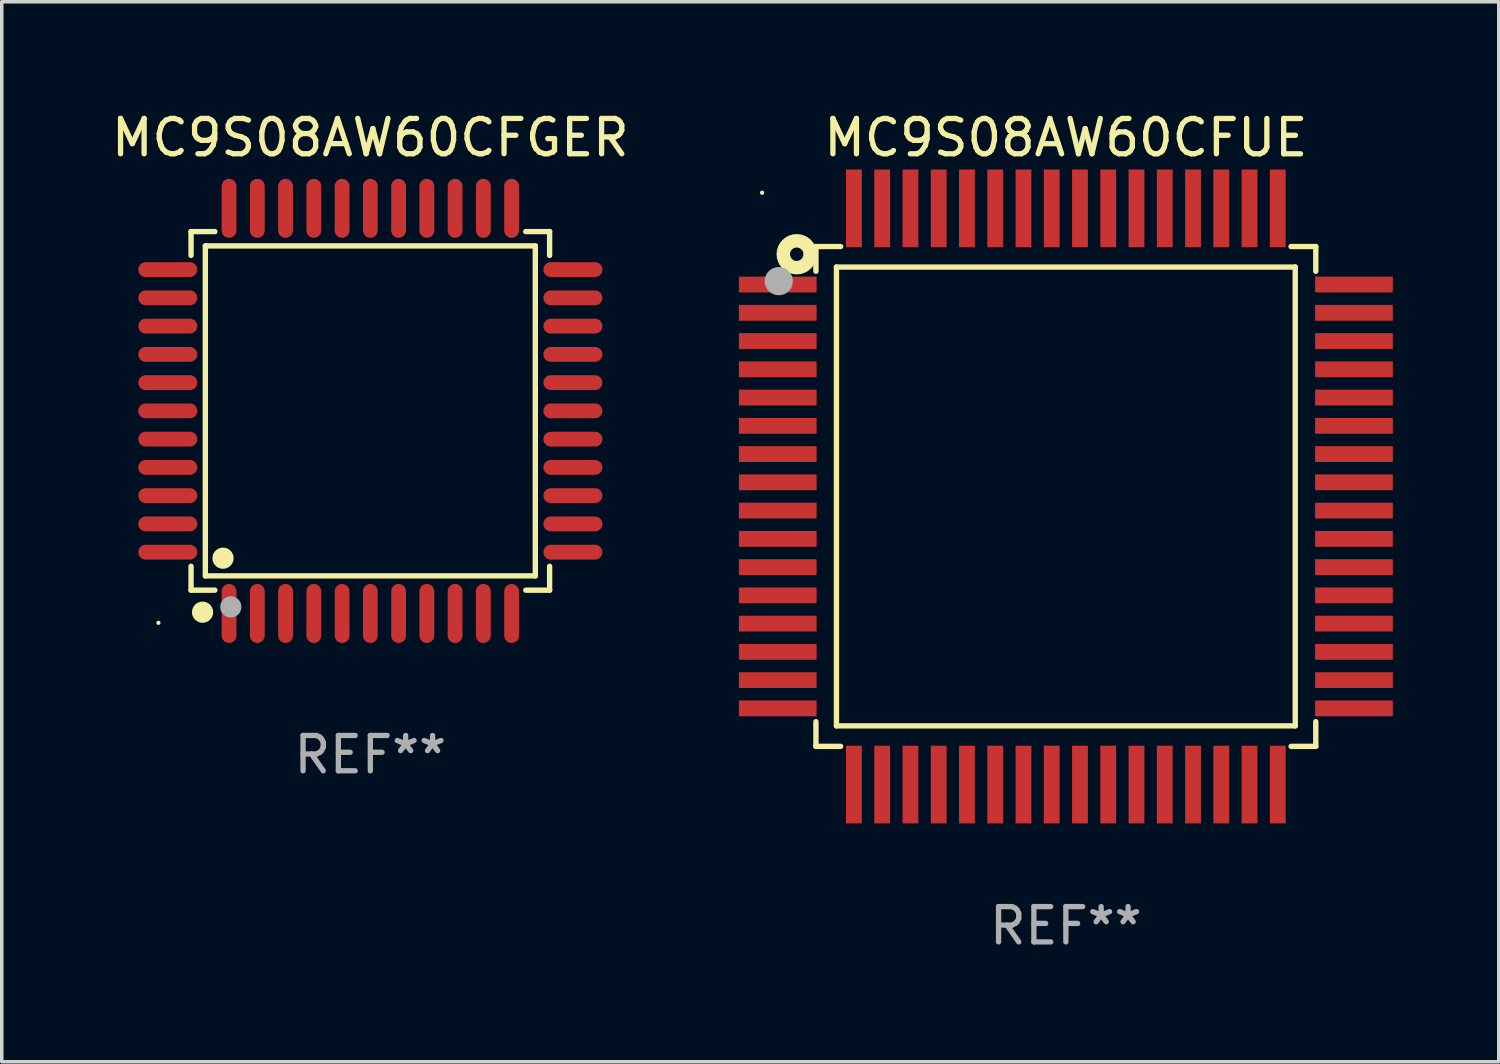
<source format=kicad_pcb>
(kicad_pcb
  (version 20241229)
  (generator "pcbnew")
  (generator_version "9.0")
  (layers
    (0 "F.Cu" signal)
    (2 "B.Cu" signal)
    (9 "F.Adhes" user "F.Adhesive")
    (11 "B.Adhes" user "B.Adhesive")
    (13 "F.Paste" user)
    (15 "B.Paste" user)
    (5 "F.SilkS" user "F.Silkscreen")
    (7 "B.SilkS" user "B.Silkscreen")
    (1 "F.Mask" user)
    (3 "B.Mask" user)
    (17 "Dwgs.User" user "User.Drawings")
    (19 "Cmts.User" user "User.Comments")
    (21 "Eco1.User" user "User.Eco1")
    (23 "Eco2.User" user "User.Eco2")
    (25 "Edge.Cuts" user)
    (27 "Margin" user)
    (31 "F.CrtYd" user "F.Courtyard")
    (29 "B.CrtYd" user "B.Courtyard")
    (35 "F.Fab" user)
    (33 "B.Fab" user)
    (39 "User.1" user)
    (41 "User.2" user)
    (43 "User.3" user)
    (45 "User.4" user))
  (footprint "MC9S08AW60CFGER"
    (layer "F.Cu")
    (at 7.435 8.583)
    (property "Reference" "MC9S08AW60CFGER" (at 0 -7.735 0) (layer "F.SilkS") (effects (font (size 1 1) (thickness 0.15))))
    (attr through_hole)
    (fp_line (start -5.076 -5.076) (end -4.401 -5.076) (stroke (width 0.152) (type solid)) (layer "F.SilkS"))
    (fp_line (start -5.076 -4.401) (end -5.076 -5.076) (stroke (width 0.152) (type solid)) (layer "F.SilkS"))
    (fp_line (start -5.076 4.401) (end -5.076 5.076) (stroke (width 0.152) (type solid)) (layer "F.SilkS"))
    (fp_line (start -5.076 5.076) (end -4.401 5.076) (stroke (width 0.152) (type solid)) (layer "F.SilkS"))
    (fp_line (start -4.671 -4.671) (end 4.671 -4.671) (stroke (width 0.152) (type solid)) (layer "F.SilkS"))
    (fp_line (start -4.671 4.671) (end -4.671 -4.671) (stroke (width 0.152) (type solid)) (layer "F.SilkS"))
    (fp_line (start 4.671 -4.671) (end 4.671 4.671) (stroke (width 0.152) (type solid)) (layer "F.SilkS"))
    (fp_line (start 4.671 4.671) (end -4.671 4.671) (stroke (width 0.152) (type solid)) (layer "F.SilkS"))
    (fp_line (start 5.076 -5.076) (end 4.401 -5.076) (stroke (width 0.152) (type solid)) (layer "F.SilkS"))
    (fp_line (start 5.076 -4.401) (end 5.076 -5.076) (stroke (width 0.152) (type solid)) (layer "F.SilkS"))
    (fp_line (start 5.076 4.401) (end 5.076 5.076) (stroke (width 0.152) (type solid)) (layer "F.SilkS"))
    (fp_line (start 5.076 5.076) (end 4.401 5.076) (stroke (width 0.152) (type solid)) (layer "F.SilkS"))
    (fp_circle (center -6 6) (end -5.97 6) (stroke (width 0.06) (type solid)) (fill no) (layer "F.SilkS"))
    (fp_circle (center -4.75 5.7) (end -4.6 5.7) (stroke (width 0.3) (type solid)) (fill no) (layer "F.SilkS"))
    (fp_circle (center -4.171 4.171) (end -4.021 4.171) (stroke (width 0.3) (type solid)) (fill no) (layer "F.SilkS"))
    (fp_circle (center -3.95 5.55) (end -3.8 5.55) (stroke (width 0.3) (type solid)) (fill no) (layer "F.Fab"))
    (fp_text user "REF**" (at 0 9.735 0) (layer "F.Fab") (effects (font (size 1 1) (thickness 0.15))))
    (pad "1" smd oval (at -4 5.735) (size 0.42 1.67) (layers "F.Cu" "F.Mask" "F.Paste"))
    (pad "2" smd oval (at -3.2 5.735) (size 0.42 1.67) (layers "F.Cu" "F.Mask" "F.Paste"))
    (pad "3" smd oval (at -2.4 5.735) (size 0.42 1.67) (layers "F.Cu" "F.Mask" "F.Paste"))
    (pad "4" smd oval (at -1.6 5.735) (size 0.42 1.67) (layers "F.Cu" "F.Mask" "F.Paste"))
    (pad "5" smd oval (at -0.8 5.735) (size 0.42 1.67) (layers "F.Cu" "F.Mask" "F.Paste"))
    (pad "6" smd oval (at 0 5.735) (size 0.42 1.67) (layers "F.Cu" "F.Mask" "F.Paste"))
    (pad "7" smd oval (at 0.8 5.735) (size 0.42 1.67) (layers "F.Cu" "F.Mask" "F.Paste"))
    (pad "8" smd oval (at 1.6 5.735) (size 0.42 1.67) (layers "F.Cu" "F.Mask" "F.Paste"))
    (pad "9" smd oval (at 2.4 5.735) (size 0.42 1.67) (layers "F.Cu" "F.Mask" "F.Paste"))
    (pad "10" smd oval (at 3.2 5.735) (size 0.42 1.67) (layers "F.Cu" "F.Mask" "F.Paste"))
    (pad "11" smd oval (at 4 5.735) (size 0.42 1.67) (layers "F.Cu" "F.Mask" "F.Paste"))
    (pad "12" smd oval (at 5.735 4) (size 1.67 0.42) (layers "F.Cu" "F.Mask" "F.Paste"))
    (pad "13" smd oval (at 5.735 3.2) (size 1.67 0.42) (layers "F.Cu" "F.Mask" "F.Paste"))
    (pad "14" smd oval (at 5.735 2.4) (size 1.67 0.42) (layers "F.Cu" "F.Mask" "F.Paste"))
    (pad "15" smd oval (at 5.735 1.6) (size 1.67 0.42) (layers "F.Cu" "F.Mask" "F.Paste"))
    (pad "16" smd oval (at 5.735 0.8) (size 1.67 0.42) (layers "F.Cu" "F.Mask" "F.Paste"))
    (pad "17" smd oval (at 5.735 0) (size 1.67 0.42) (layers "F.Cu" "F.Mask" "F.Paste"))
    (pad "18" smd oval (at 5.735 -0.8) (size 1.67 0.42) (layers "F.Cu" "F.Mask" "F.Paste"))
    (pad "19" smd oval (at 5.735 -1.6) (size 1.67 0.42) (layers "F.Cu" "F.Mask" "F.Paste"))
    (pad "20" smd oval (at 5.735 -2.4) (size 1.67 0.42) (layers "F.Cu" "F.Mask" "F.Paste"))
    (pad "21" smd oval (at 5.735 -3.2) (size 1.67 0.42) (layers "F.Cu" "F.Mask" "F.Paste"))
    (pad "22" smd oval (at 5.735 -4) (size 1.67 0.42) (layers "F.Cu" "F.Mask" "F.Paste"))
    (pad "23" smd oval (at 4 -5.735) (size 0.42 1.67) (layers "F.Cu" "F.Mask" "F.Paste"))
    (pad "24" smd oval (at 3.2 -5.735) (size 0.42 1.67) (layers "F.Cu" "F.Mask" "F.Paste"))
    (pad "25" smd oval (at 2.4 -5.735) (size 0.42 1.67) (layers "F.Cu" "F.Mask" "F.Paste"))
    (pad "26" smd oval (at 1.6 -5.735) (size 0.42 1.67) (layers "F.Cu" "F.Mask" "F.Paste"))
    (pad "27" smd oval (at 0.8 -5.735) (size 0.42 1.67) (layers "F.Cu" "F.Mask" "F.Paste"))
    (pad "28" smd oval (at 0 -5.735) (size 0.42 1.67) (layers "F.Cu" "F.Mask" "F.Paste"))
    (pad "29" smd oval (at -0.8 -5.735) (size 0.42 1.67) (layers "F.Cu" "F.Mask" "F.Paste"))
    (pad "30" smd oval (at -1.6 -5.735) (size 0.42 1.67) (layers "F.Cu" "F.Mask" "F.Paste"))
    (pad "31" smd oval (at -2.4 -5.735) (size 0.42 1.67) (layers "F.Cu" "F.Mask" "F.Paste"))
    (pad "32" smd oval (at -3.2 -5.735) (size 0.42 1.67) (layers "F.Cu" "F.Mask" "F.Paste"))
    (pad "33" smd oval (at -4 -5.735) (size 0.42 1.67) (layers "F.Cu" "F.Mask" "F.Paste"))
    (pad "34" smd oval (at -5.735 -4) (size 1.67 0.42) (layers "F.Cu" "F.Mask" "F.Paste"))
    (pad "35" smd oval (at -5.735 -3.2) (size 1.67 0.42) (layers "F.Cu" "F.Mask" "F.Paste"))
    (pad "36" smd oval (at -5.735 -2.4) (size 1.67 0.42) (layers "F.Cu" "F.Mask" "F.Paste"))
    (pad "37" smd oval (at -5.735 -1.6) (size 1.67 0.42) (layers "F.Cu" "F.Mask" "F.Paste"))
    (pad "38" smd oval (at -5.735 -0.8) (size 1.67 0.42) (layers "F.Cu" "F.Mask" "F.Paste"))
    (pad "39" smd oval (at -5.735 0) (size 1.67 0.42) (layers "F.Cu" "F.Mask" "F.Paste"))
    (pad "40" smd oval (at -5.735 0.8) (size 1.67 0.42) (layers "F.Cu" "F.Mask" "F.Paste"))
    (pad "41" smd oval (at -5.735 1.6) (size 1.67 0.42) (layers "F.Cu" "F.Mask" "F.Paste"))
    (pad "42" smd oval (at -5.735 2.4) (size 1.67 0.42) (layers "F.Cu" "F.Mask" "F.Paste"))
    (pad "43" smd oval (at -5.735 3.2) (size 1.67 0.42) (layers "F.Cu" "F.Mask" "F.Paste"))
    (pad "44" smd oval (at -5.735 4) (size 1.67 0.42) (layers "F.Cu" "F.Mask" "F.Paste")))
  (footprint "MC9S08AW60CFUE"
    (layer "F.Cu")
    (at 27.127 11.006)
    (property "Reference" "MC9S08AW60CFUE" (at 0 -10.157 0) (layer "F.SilkS") (effects (font (size 1 1) (thickness 0.15))))
    (attr through_hole)
    (fp_line (start -7.076 -7.076) (end -6.376 -7.076) (stroke (width 0.152) (type solid)) (layer "F.SilkS"))
    (fp_line (start -7.076 -6.376) (end -7.076 -7.076) (stroke (width 0.152) (type solid)) (layer "F.SilkS"))
    (fp_line (start -7.076 6.376) (end -7.076 7.076) (stroke (width 0.152) (type solid)) (layer "F.SilkS"))
    (fp_line (start -7.076 7.076) (end -6.376 7.076) (stroke (width 0.152) (type solid)) (layer "F.SilkS"))
    (fp_line (start -6.495 -6.495) (end 6.495 -6.495) (stroke (width 0.152) (type solid)) (layer "F.SilkS"))
    (fp_line (start -6.495 6.495) (end -6.495 -6.495) (stroke (width 0.152) (type solid)) (layer "F.SilkS"))
    (fp_line (start 6.495 -6.495) (end 6.495 6.495) (stroke (width 0.152) (type solid)) (layer "F.SilkS"))
    (fp_line (start 6.495 6.495) (end -6.495 6.495) (stroke (width 0.152) (type solid)) (layer "F.SilkS"))
    (fp_line (start 7.076 -7.076) (end 6.376 -7.076) (stroke (width 0.152) (type solid)) (layer "F.SilkS"))
    (fp_line (start 7.076 -6.376) (end 7.076 -7.076) (stroke (width 0.152) (type solid)) (layer "F.SilkS"))
    (fp_line (start 7.076 6.376) (end 7.076 7.076) (stroke (width 0.152) (type solid)) (layer "F.SilkS"))
    (fp_line (start 7.076 7.076) (end 6.376 7.076) (stroke (width 0.152) (type solid)) (layer "F.SilkS"))
    (fp_circle (center -8.6 -8.6) (end -8.57 -8.6) (stroke (width 0.06) (type solid)) (fill no) (layer "F.SilkS"))
    (fp_circle (center -7.62 -6.858) (end -7.43 -6.858) (stroke (width 0.381) (type solid)) (fill no) (layer "F.SilkS"))
    (fp_circle (center -8.128 -6.096) (end -7.928 -6.096) (stroke (width 0.4) (type solid)) (fill no) (layer "F.Fab"))
    (fp_text user "REF**" (at 0 12.157 0) (layer "F.Fab") (effects (font (size 1 1) (thickness 0.15))))
    (pad "1" smd rect (at -8.157 -6) (size 2.2 0.448) (layers "F.Cu" "F.Mask" "F.Paste"))
    (pad "2" smd rect (at -8.157 -5.2) (size 2.2 0.448) (layers "F.Cu" "F.Mask" "F.Paste"))
    (pad "3" smd rect (at -8.157 -4.4) (size 2.2 0.448) (layers "F.Cu" "F.Mask" "F.Paste"))
    (pad "4" smd rect (at -8.157 -3.6) (size 2.2 0.448) (layers "F.Cu" "F.Mask" "F.Paste"))
    (pad "5" smd rect (at -8.157 -2.8) (size 2.2 0.448) (layers "F.Cu" "F.Mask" "F.Paste"))
    (pad "6" smd rect (at -8.157 -2) (size 2.2 0.448) (layers "F.Cu" "F.Mask" "F.Paste"))
    (pad "7" smd rect (at -8.157 -1.2) (size 2.2 0.448) (layers "F.Cu" "F.Mask" "F.Paste"))
    (pad "8" smd rect (at -8.157 -0.4) (size 2.2 0.448) (layers "F.Cu" "F.Mask" "F.Paste"))
    (pad "9" smd rect (at -8.157 0.4) (size 2.2 0.448) (layers "F.Cu" "F.Mask" "F.Paste"))
    (pad "10" smd rect (at -8.157 1.2) (size 2.2 0.448) (layers "F.Cu" "F.Mask" "F.Paste"))
    (pad "11" smd rect (at -8.157 2) (size 2.2 0.448) (layers "F.Cu" "F.Mask" "F.Paste"))
    (pad "12" smd rect (at -8.157 2.8) (size 2.2 0.448) (layers "F.Cu" "F.Mask" "F.Paste"))
    (pad "13" smd rect (at -8.157 3.6) (size 2.2 0.448) (layers "F.Cu" "F.Mask" "F.Paste"))
    (pad "14" smd rect (at -8.157 4.4) (size 2.2 0.448) (layers "F.Cu" "F.Mask" "F.Paste"))
    (pad "15" smd rect (at -8.157 5.2) (size 2.2 0.448) (layers "F.Cu" "F.Mask" "F.Paste"))
    (pad "16" smd rect (at -8.157 6) (size 2.2 0.448) (layers "F.Cu" "F.Mask" "F.Paste"))
    (pad "17" smd rect (at -6 8.157) (size 0.448 2.2) (layers "F.Cu" "F.Mask" "F.Paste"))
    (pad "18" smd rect (at -5.2 8.157) (size 0.448 2.2) (layers "F.Cu" "F.Mask" "F.Paste"))
    (pad "19" smd rect (at -4.4 8.157) (size 0.448 2.2) (layers "F.Cu" "F.Mask" "F.Paste"))
    (pad "20" smd rect (at -3.6 8.157) (size 0.448 2.2) (layers "F.Cu" "F.Mask" "F.Paste"))
    (pad "21" smd rect (at -2.8 8.157) (size 0.448 2.2) (layers "F.Cu" "F.Mask" "F.Paste"))
    (pad "22" smd rect (at -2 8.157) (size 0.448 2.2) (layers "F.Cu" "F.Mask" "F.Paste"))
    (pad "23" smd rect (at -1.2 8.157) (size 0.448 2.2) (layers "F.Cu" "F.Mask" "F.Paste"))
    (pad "24" smd rect (at -0.4 8.157) (size 0.448 2.2) (layers "F.Cu" "F.Mask" "F.Paste"))
    (pad "25" smd rect (at 0.4 8.157) (size 0.448 2.2) (layers "F.Cu" "F.Mask" "F.Paste"))
    (pad "26" smd rect (at 1.2 8.157) (size 0.448 2.2) (layers "F.Cu" "F.Mask" "F.Paste"))
    (pad "27" smd rect (at 2 8.157) (size 0.448 2.2) (layers "F.Cu" "F.Mask" "F.Paste"))
    (pad "28" smd rect (at 2.8 8.157) (size 0.448 2.2) (layers "F.Cu" "F.Mask" "F.Paste"))
    (pad "29" smd rect (at 3.6 8.157) (size 0.448 2.2) (layers "F.Cu" "F.Mask" "F.Paste"))
    (pad "30" smd rect (at 4.4 8.157) (size 0.448 2.2) (layers "F.Cu" "F.Mask" "F.Paste"))
    (pad "31" smd rect (at 5.2 8.157) (size 0.448 2.2) (layers "F.Cu" "F.Mask" "F.Paste"))
    (pad "32" smd rect (at 6 8.157) (size 0.448 2.2) (layers "F.Cu" "F.Mask" "F.Paste"))
    (pad "33" smd rect (at 8.157 6) (size 2.2 0.448) (layers "F.Cu" "F.Mask" "F.Paste"))
    (pad "34" smd rect (at 8.157 5.2) (size 2.2 0.448) (layers "F.Cu" "F.Mask" "F.Paste"))
    (pad "35" smd rect (at 8.157 4.4) (size 2.2 0.448) (layers "F.Cu" "F.Mask" "F.Paste"))
    (pad "36" smd rect (at 8.157 3.6) (size 2.2 0.448) (layers "F.Cu" "F.Mask" "F.Paste"))
    (pad "37" smd rect (at 8.157 2.8) (size 2.2 0.448) (layers "F.Cu" "F.Mask" "F.Paste"))
    (pad "38" smd rect (at 8.157 2) (size 2.2 0.448) (layers "F.Cu" "F.Mask" "F.Paste"))
    (pad "39" smd rect (at 8.157 1.2) (size 2.2 0.448) (layers "F.Cu" "F.Mask" "F.Paste"))
    (pad "40" smd rect (at 8.157 0.4) (size 2.2 0.448) (layers "F.Cu" "F.Mask" "F.Paste"))
    (pad "41" smd rect (at 8.157 -0.4) (size 2.2 0.448) (layers "F.Cu" "F.Mask" "F.Paste"))
    (pad "42" smd rect (at 8.157 -1.2) (size 2.2 0.448) (layers "F.Cu" "F.Mask" "F.Paste"))
    (pad "43" smd rect (at 8.157 -2) (size 2.2 0.448) (layers "F.Cu" "F.Mask" "F.Paste"))
    (pad "44" smd rect (at 8.157 -2.8) (size 2.2 0.448) (layers "F.Cu" "F.Mask" "F.Paste"))
    (pad "45" smd rect (at 8.157 -3.6) (size 2.2 0.448) (layers "F.Cu" "F.Mask" "F.Paste"))
    (pad "46" smd rect (at 8.157 -4.4) (size 2.2 0.448) (layers "F.Cu" "F.Mask" "F.Paste"))
    (pad "47" smd rect (at 8.157 -5.2) (size 2.2 0.448) (layers "F.Cu" "F.Mask" "F.Paste"))
    (pad "48" smd rect (at 8.157 -6) (size 2.2 0.448) (layers "F.Cu" "F.Mask" "F.Paste"))
    (pad "49" smd rect (at 6 -8.157) (size 0.448 2.2) (layers "F.Cu" "F.Mask" "F.Paste"))
    (pad "50" smd rect (at 5.2 -8.157) (size 0.448 2.2) (layers "F.Cu" "F.Mask" "F.Paste"))
    (pad "51" smd rect (at 4.4 -8.157) (size 0.448 2.2) (layers "F.Cu" "F.Mask" "F.Paste"))
    (pad "52" smd rect (at 3.6 -8.157) (size 0.448 2.2) (layers "F.Cu" "F.Mask" "F.Paste"))
    (pad "53" smd rect (at 2.8 -8.157) (size 0.448 2.2) (layers "F.Cu" "F.Mask" "F.Paste"))
    (pad "54" smd rect (at 2 -8.157) (size 0.448 2.2) (layers "F.Cu" "F.Mask" "F.Paste"))
    (pad "55" smd rect (at 1.2 -8.157) (size 0.448 2.2) (layers "F.Cu" "F.Mask" "F.Paste"))
    (pad "56" smd rect (at 0.4 -8.157) (size 0.448 2.2) (layers "F.Cu" "F.Mask" "F.Paste"))
    (pad "57" smd rect (at -0.4 -8.157) (size 0.448 2.2) (layers "F.Cu" "F.Mask" "F.Paste"))
    (pad "58" smd rect (at -1.2 -8.157) (size 0.448 2.2) (layers "F.Cu" "F.Mask" "F.Paste"))
    (pad "59" smd rect (at -2 -8.157) (size 0.448 2.2) (layers "F.Cu" "F.Mask" "F.Paste"))
    (pad "60" smd rect (at -2.8 -8.157) (size 0.448 2.2) (layers "F.Cu" "F.Mask" "F.Paste"))
    (pad "61" smd rect (at -3.6 -8.157) (size 0.448 2.2) (layers "F.Cu" "F.Mask" "F.Paste"))
    (pad "62" smd rect (at -4.4 -8.157) (size 0.448 2.2) (layers "F.Cu" "F.Mask" "F.Paste"))
    (pad "63" smd rect (at -5.2 -8.157) (size 0.448 2.2) (layers "F.Cu" "F.Mask" "F.Paste"))
    (pad "64" smd rect (at -6 -8.157) (size 0.448 2.2) (layers "F.Cu" "F.Mask" "F.Paste")))
  (gr_rect
    (start -3 -3)
    (end 39.384 27.011)
    (stroke (width 0.1) (type default))
    (fill no)
    (layer "Edge.Cuts")))
</source>
